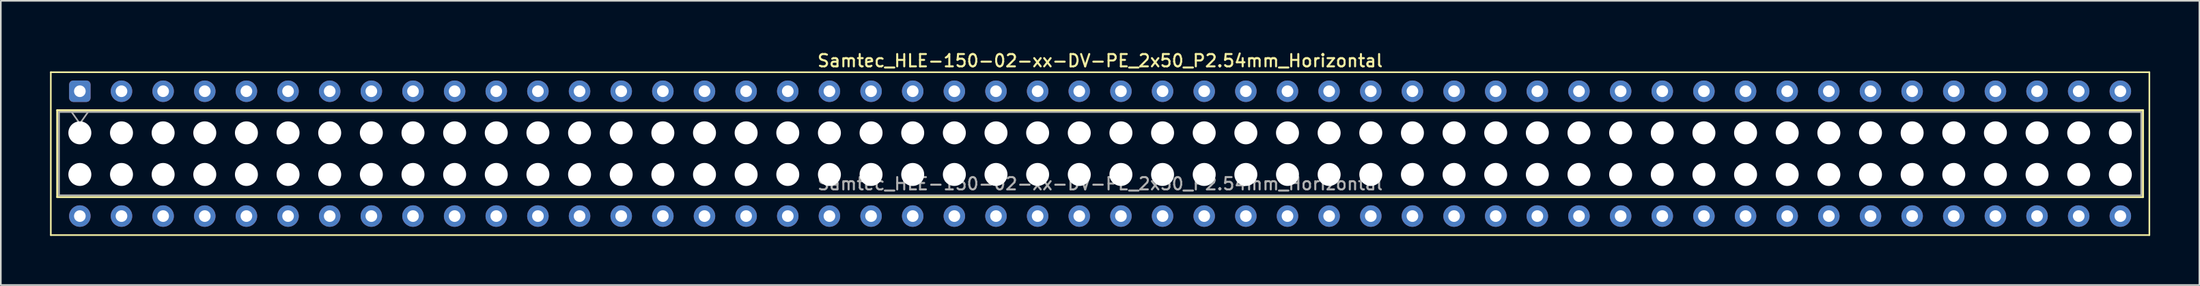
<source format=kicad_pcb>
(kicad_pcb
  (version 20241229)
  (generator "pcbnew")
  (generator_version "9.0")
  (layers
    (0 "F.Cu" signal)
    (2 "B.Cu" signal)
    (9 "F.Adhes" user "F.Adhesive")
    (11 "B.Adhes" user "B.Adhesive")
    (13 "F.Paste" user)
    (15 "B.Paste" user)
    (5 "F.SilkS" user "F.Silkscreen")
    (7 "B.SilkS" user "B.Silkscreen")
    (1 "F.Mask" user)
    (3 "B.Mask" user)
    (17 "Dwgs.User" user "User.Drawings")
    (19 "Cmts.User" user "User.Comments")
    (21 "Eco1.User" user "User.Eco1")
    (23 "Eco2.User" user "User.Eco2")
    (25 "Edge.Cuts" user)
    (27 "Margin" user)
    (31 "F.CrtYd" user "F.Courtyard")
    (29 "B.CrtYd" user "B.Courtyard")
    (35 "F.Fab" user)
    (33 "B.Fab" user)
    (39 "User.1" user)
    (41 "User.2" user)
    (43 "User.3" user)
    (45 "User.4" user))
  (footprint "Samtec_HLE-150-02-xx-DV-PE_2x50_P2.54mm_Horizontal"
    (layer "F.Cu")
    (at 1.82 2.518)
    (property "Reference" "Samtec_HLE-150-02-xx-DV-PE_2x50_P2.54mm_Horizontal" (at 62.23 -1.86 0) (layer "F.SilkS") (effects (font (size 0.75 0.75) (thickness 0.125))))
    (attr through_hole)
    (fp_line (start -1.77 -1.16) (end 126.23 -1.16) (stroke (width 0.1) (type solid)) (layer "F.SilkS"))
    (fp_line (start -1.77 8.78) (end -1.77 -1.16) (stroke (width 0.1) (type solid)) (layer "F.SilkS"))
    (fp_line (start -1.38 1.16) (end 125.84 1.16) (stroke (width 0.12) (type solid)) (layer "F.SilkS"))
    (fp_line (start -1.38 6.46) (end -1.38 1.16) (stroke (width 0.12) (type solid)) (layer "F.SilkS"))
    (fp_line (start 125.84 1.16) (end 125.84 6.46) (stroke (width 0.12) (type solid)) (layer "F.SilkS"))
    (fp_line (start 125.84 6.46) (end -1.38 6.46) (stroke (width 0.12) (type solid)) (layer "F.SilkS"))
    (fp_line (start 126.23 -1.16) (end 126.23 8.78) (stroke (width 0.1) (type solid)) (layer "F.SilkS"))
    (fp_line (start 126.23 8.78) (end -1.77 8.78) (stroke (width 0.1) (type solid)) (layer "F.SilkS"))
    (fp_line (start -1.27 1.27) (end 125.73 1.27) (stroke (width 0.1) (type solid)) (layer "F.Fab"))
    (fp_line (start -1.27 6.35) (end -1.27 1.27) (stroke (width 0.1) (type solid)) (layer "F.Fab"))
    (fp_line (start -0.5 1.27) (end 0 1.977) (stroke (width 0.1) (type solid)) (layer "F.Fab"))
    (fp_line (start 0 1.977) (end 0.5 1.27) (stroke (width 0.1) (type solid)) (layer "F.Fab"))
    (fp_line (start 125.73 1.27) (end 125.73 6.35) (stroke (width 0.1) (type solid)) (layer "F.Fab"))
    (fp_line (start 125.73 6.35) (end -1.27 6.35) (stroke (width 0.1) (type solid)) (layer "F.Fab"))
    (fp_text user "${REFERENCE}" (at 62.23 5.65 0) (layer "F.Fab") (effects (font (size 0.75 0.75) (thickness 0.125))))
    (pad "" np_thru_hole circle (at 0 2.54) (size 1.4 1.4) (drill 1.4) (layers "*.Cu" "*.Mask"))
    (pad "" np_thru_hole circle (at 0 5.08) (size 1.4 1.4) (drill 1.4) (layers "*.Cu" "*.Mask"))
    (pad "" np_thru_hole circle (at 2.54 2.54) (size 1.4 1.4) (drill 1.4) (layers "*.Cu" "*.Mask"))
    (pad "" np_thru_hole circle (at 2.54 5.08) (size 1.4 1.4) (drill 1.4) (layers "*.Cu" "*.Mask"))
    (pad "" np_thru_hole circle (at 5.08 2.54) (size 1.4 1.4) (drill 1.4) (layers "*.Cu" "*.Mask"))
    (pad "" np_thru_hole circle (at 5.08 5.08) (size 1.4 1.4) (drill 1.4) (layers "*.Cu" "*.Mask"))
    (pad "" np_thru_hole circle (at 7.62 2.54) (size 1.4 1.4) (drill 1.4) (layers "*.Cu" "*.Mask"))
    (pad "" np_thru_hole circle (at 7.62 5.08) (size 1.4 1.4) (drill 1.4) (layers "*.Cu" "*.Mask"))
    (pad "" np_thru_hole circle (at 10.16 2.54) (size 1.4 1.4) (drill 1.4) (layers "*.Cu" "*.Mask"))
    (pad "" np_thru_hole circle (at 10.16 5.08) (size 1.4 1.4) (drill 1.4) (layers "*.Cu" "*.Mask"))
    (pad "" np_thru_hole circle (at 12.7 2.54) (size 1.4 1.4) (drill 1.4) (layers "*.Cu" "*.Mask"))
    (pad "" np_thru_hole circle (at 12.7 5.08) (size 1.4 1.4) (drill 1.4) (layers "*.Cu" "*.Mask"))
    (pad "" np_thru_hole circle (at 15.24 2.54) (size 1.4 1.4) (drill 1.4) (layers "*.Cu" "*.Mask"))
    (pad "" np_thru_hole circle (at 15.24 5.08) (size 1.4 1.4) (drill 1.4) (layers "*.Cu" "*.Mask"))
    (pad "" np_thru_hole circle (at 17.78 2.54) (size 1.4 1.4) (drill 1.4) (layers "*.Cu" "*.Mask"))
    (pad "" np_thru_hole circle (at 17.78 5.08) (size 1.4 1.4) (drill 1.4) (layers "*.Cu" "*.Mask"))
    (pad "" np_thru_hole circle (at 20.32 2.54) (size 1.4 1.4) (drill 1.4) (layers "*.Cu" "*.Mask"))
    (pad "" np_thru_hole circle (at 20.32 5.08) (size 1.4 1.4) (drill 1.4) (layers "*.Cu" "*.Mask"))
    (pad "" np_thru_hole circle (at 22.86 2.54) (size 1.4 1.4) (drill 1.4) (layers "*.Cu" "*.Mask"))
    (pad "" np_thru_hole circle (at 22.86 5.08) (size 1.4 1.4) (drill 1.4) (layers "*.Cu" "*.Mask"))
    (pad "" np_thru_hole circle (at 25.4 2.54) (size 1.4 1.4) (drill 1.4) (layers "*.Cu" "*.Mask"))
    (pad "" np_thru_hole circle (at 25.4 5.08) (size 1.4 1.4) (drill 1.4) (layers "*.Cu" "*.Mask"))
    (pad "" np_thru_hole circle (at 27.94 2.54) (size 1.4 1.4) (drill 1.4) (layers "*.Cu" "*.Mask"))
    (pad "" np_thru_hole circle (at 27.94 5.08) (size 1.4 1.4) (drill 1.4) (layers "*.Cu" "*.Mask"))
    (pad "" np_thru_hole circle (at 30.48 2.54) (size 1.4 1.4) (drill 1.4) (layers "*.Cu" "*.Mask"))
    (pad "" np_thru_hole circle (at 30.48 5.08) (size 1.4 1.4) (drill 1.4) (layers "*.Cu" "*.Mask"))
    (pad "" np_thru_hole circle (at 33.02 2.54) (size 1.4 1.4) (drill 1.4) (layers "*.Cu" "*.Mask"))
    (pad "" np_thru_hole circle (at 33.02 5.08) (size 1.4 1.4) (drill 1.4) (layers "*.Cu" "*.Mask"))
    (pad "" np_thru_hole circle (at 35.56 2.54) (size 1.4 1.4) (drill 1.4) (layers "*.Cu" "*.Mask"))
    (pad "" np_thru_hole circle (at 35.56 5.08) (size 1.4 1.4) (drill 1.4) (layers "*.Cu" "*.Mask"))
    (pad "" np_thru_hole circle (at 38.1 2.54) (size 1.4 1.4) (drill 1.4) (layers "*.Cu" "*.Mask"))
    (pad "" np_thru_hole circle (at 38.1 5.08) (size 1.4 1.4) (drill 1.4) (layers "*.Cu" "*.Mask"))
    (pad "" np_thru_hole circle (at 40.64 2.54) (size 1.4 1.4) (drill 1.4) (layers "*.Cu" "*.Mask"))
    (pad "" np_thru_hole circle (at 40.64 5.08) (size 1.4 1.4) (drill 1.4) (layers "*.Cu" "*.Mask"))
    (pad "" np_thru_hole circle (at 43.18 2.54) (size 1.4 1.4) (drill 1.4) (layers "*.Cu" "*.Mask"))
    (pad "" np_thru_hole circle (at 43.18 5.08) (size 1.4 1.4) (drill 1.4) (layers "*.Cu" "*.Mask"))
    (pad "" np_thru_hole circle (at 45.72 2.54) (size 1.4 1.4) (drill 1.4) (layers "*.Cu" "*.Mask"))
    (pad "" np_thru_hole circle (at 45.72 5.08) (size 1.4 1.4) (drill 1.4) (layers "*.Cu" "*.Mask"))
    (pad "" np_thru_hole circle (at 48.26 2.54) (size 1.4 1.4) (drill 1.4) (layers "*.Cu" "*.Mask"))
    (pad "" np_thru_hole circle (at 48.26 5.08) (size 1.4 1.4) (drill 1.4) (layers "*.Cu" "*.Mask"))
    (pad "" np_thru_hole circle (at 50.8 2.54) (size 1.4 1.4) (drill 1.4) (layers "*.Cu" "*.Mask"))
    (pad "" np_thru_hole circle (at 50.8 5.08) (size 1.4 1.4) (drill 1.4) (layers "*.Cu" "*.Mask"))
    (pad "" np_thru_hole circle (at 53.34 2.54) (size 1.4 1.4) (drill 1.4) (layers "*.Cu" "*.Mask"))
    (pad "" np_thru_hole circle (at 53.34 5.08) (size 1.4 1.4) (drill 1.4) (layers "*.Cu" "*.Mask"))
    (pad "" np_thru_hole circle (at 55.88 2.54) (size 1.4 1.4) (drill 1.4) (layers "*.Cu" "*.Mask"))
    (pad "" np_thru_hole circle (at 55.88 5.08) (size 1.4 1.4) (drill 1.4) (layers "*.Cu" "*.Mask"))
    (pad "" np_thru_hole circle (at 58.42 2.54) (size 1.4 1.4) (drill 1.4) (layers "*.Cu" "*.Mask"))
    (pad "" np_thru_hole circle (at 58.42 5.08) (size 1.4 1.4) (drill 1.4) (layers "*.Cu" "*.Mask"))
    (pad "" np_thru_hole circle (at 60.96 2.54) (size 1.4 1.4) (drill 1.4) (layers "*.Cu" "*.Mask"))
    (pad "" np_thru_hole circle (at 60.96 5.08) (size 1.4 1.4) (drill 1.4) (layers "*.Cu" "*.Mask"))
    (pad "" np_thru_hole circle (at 63.5 2.54) (size 1.4 1.4) (drill 1.4) (layers "*.Cu" "*.Mask"))
    (pad "" np_thru_hole circle (at 63.5 5.08) (size 1.4 1.4) (drill 1.4) (layers "*.Cu" "*.Mask"))
    (pad "" np_thru_hole circle (at 66.04 2.54) (size 1.4 1.4) (drill 1.4) (layers "*.Cu" "*.Mask"))
    (pad "" np_thru_hole circle (at 66.04 5.08) (size 1.4 1.4) (drill 1.4) (layers "*.Cu" "*.Mask"))
    (pad "" np_thru_hole circle (at 68.58 2.54) (size 1.4 1.4) (drill 1.4) (layers "*.Cu" "*.Mask"))
    (pad "" np_thru_hole circle (at 68.58 5.08) (size 1.4 1.4) (drill 1.4) (layers "*.Cu" "*.Mask"))
    (pad "" np_thru_hole circle (at 71.12 2.54) (size 1.4 1.4) (drill 1.4) (layers "*.Cu" "*.Mask"))
    (pad "" np_thru_hole circle (at 71.12 5.08) (size 1.4 1.4) (drill 1.4) (layers "*.Cu" "*.Mask"))
    (pad "" np_thru_hole circle (at 73.66 2.54) (size 1.4 1.4) (drill 1.4) (layers "*.Cu" "*.Mask"))
    (pad "" np_thru_hole circle (at 73.66 5.08) (size 1.4 1.4) (drill 1.4) (layers "*.Cu" "*.Mask"))
    (pad "" np_thru_hole circle (at 76.2 2.54) (size 1.4 1.4) (drill 1.4) (layers "*.Cu" "*.Mask"))
    (pad "" np_thru_hole circle (at 76.2 5.08) (size 1.4 1.4) (drill 1.4) (layers "*.Cu" "*.Mask"))
    (pad "" np_thru_hole circle (at 78.74 2.54) (size 1.4 1.4) (drill 1.4) (layers "*.Cu" "*.Mask"))
    (pad "" np_thru_hole circle (at 78.74 5.08) (size 1.4 1.4) (drill 1.4) (layers "*.Cu" "*.Mask"))
    (pad "" np_thru_hole circle (at 81.28 2.54) (size 1.4 1.4) (drill 1.4) (layers "*.Cu" "*.Mask"))
    (pad "" np_thru_hole circle (at 81.28 5.08) (size 1.4 1.4) (drill 1.4) (layers "*.Cu" "*.Mask"))
    (pad "" np_thru_hole circle (at 83.82 2.54) (size 1.4 1.4) (drill 1.4) (layers "*.Cu" "*.Mask"))
    (pad "" np_thru_hole circle (at 83.82 5.08) (size 1.4 1.4) (drill 1.4) (layers "*.Cu" "*.Mask"))
    (pad "" np_thru_hole circle (at 86.36 2.54) (size 1.4 1.4) (drill 1.4) (layers "*.Cu" "*.Mask"))
    (pad "" np_thru_hole circle (at 86.36 5.08) (size 1.4 1.4) (drill 1.4) (layers "*.Cu" "*.Mask"))
    (pad "" np_thru_hole circle (at 88.9 2.54) (size 1.4 1.4) (drill 1.4) (layers "*.Cu" "*.Mask"))
    (pad "" np_thru_hole circle (at 88.9 5.08) (size 1.4 1.4) (drill 1.4) (layers "*.Cu" "*.Mask"))
    (pad "" np_thru_hole circle (at 91.44 2.54) (size 1.4 1.4) (drill 1.4) (layers "*.Cu" "*.Mask"))
    (pad "" np_thru_hole circle (at 91.44 5.08) (size 1.4 1.4) (drill 1.4) (layers "*.Cu" "*.Mask"))
    (pad "" np_thru_hole circle (at 93.98 2.54) (size 1.4 1.4) (drill 1.4) (layers "*.Cu" "*.Mask"))
    (pad "" np_thru_hole circle (at 93.98 5.08) (size 1.4 1.4) (drill 1.4) (layers "*.Cu" "*.Mask"))
    (pad "" np_thru_hole circle (at 96.52 2.54) (size 1.4 1.4) (drill 1.4) (layers "*.Cu" "*.Mask"))
    (pad "" np_thru_hole circle (at 96.52 5.08) (size 1.4 1.4) (drill 1.4) (layers "*.Cu" "*.Mask"))
    (pad "" np_thru_hole circle (at 99.06 2.54) (size 1.4 1.4) (drill 1.4) (layers "*.Cu" "*.Mask"))
    (pad "" np_thru_hole circle (at 99.06 5.08) (size 1.4 1.4) (drill 1.4) (layers "*.Cu" "*.Mask"))
    (pad "" np_thru_hole circle (at 101.6 2.54) (size 1.4 1.4) (drill 1.4) (layers "*.Cu" "*.Mask"))
    (pad "" np_thru_hole circle (at 101.6 5.08) (size 1.4 1.4) (drill 1.4) (layers "*.Cu" "*.Mask"))
    (pad "" np_thru_hole circle (at 104.14 2.54) (size 1.4 1.4) (drill 1.4) (layers "*.Cu" "*.Mask"))
    (pad "" np_thru_hole circle (at 104.14 5.08) (size 1.4 1.4) (drill 1.4) (layers "*.Cu" "*.Mask"))
    (pad "" np_thru_hole circle (at 106.68 2.54) (size 1.4 1.4) (drill 1.4) (layers "*.Cu" "*.Mask"))
    (pad "" np_thru_hole circle (at 106.68 5.08) (size 1.4 1.4) (drill 1.4) (layers "*.Cu" "*.Mask"))
    (pad "" np_thru_hole circle (at 109.22 2.54) (size 1.4 1.4) (drill 1.4) (layers "*.Cu" "*.Mask"))
    (pad "" np_thru_hole circle (at 109.22 5.08) (size 1.4 1.4) (drill 1.4) (layers "*.Cu" "*.Mask"))
    (pad "" np_thru_hole circle (at 111.76 2.54) (size 1.4 1.4) (drill 1.4) (layers "*.Cu" "*.Mask"))
    (pad "" np_thru_hole circle (at 111.76 5.08) (size 1.4 1.4) (drill 1.4) (layers "*.Cu" "*.Mask"))
    (pad "" np_thru_hole circle (at 114.3 2.54) (size 1.4 1.4) (drill 1.4) (layers "*.Cu" "*.Mask"))
    (pad "" np_thru_hole circle (at 114.3 5.08) (size 1.4 1.4) (drill 1.4) (layers "*.Cu" "*.Mask"))
    (pad "" np_thru_hole circle (at 116.84 2.54) (size 1.4 1.4) (drill 1.4) (layers "*.Cu" "*.Mask"))
    (pad "" np_thru_hole circle (at 116.84 5.08) (size 1.4 1.4) (drill 1.4) (layers "*.Cu" "*.Mask"))
    (pad "" np_thru_hole circle (at 119.38 2.54) (size 1.4 1.4) (drill 1.4) (layers "*.Cu" "*.Mask"))
    (pad "" np_thru_hole circle (at 119.38 5.08) (size 1.4 1.4) (drill 1.4) (layers "*.Cu" "*.Mask"))
    (pad "" np_thru_hole circle (at 121.92 2.54) (size 1.4 1.4) (drill 1.4) (layers "*.Cu" "*.Mask"))
    (pad "" np_thru_hole circle (at 121.92 5.08) (size 1.4 1.4) (drill 1.4) (layers "*.Cu" "*.Mask"))
    (pad "" np_thru_hole circle (at 124.46 2.54) (size 1.4 1.4) (drill 1.4) (layers "*.Cu" "*.Mask"))
    (pad "" np_thru_hole circle (at 124.46 5.08) (size 1.4 1.4) (drill 1.4) (layers "*.Cu" "*.Mask"))
    (pad "1" thru_hole roundrect (at 0 0) (size 1.31 1.31) (drill 0.71) (layers "*.Cu" "*.Mask") (roundrect_rratio 0.191))
    (pad "2" thru_hole circle (at 0 7.62) (size 1.31 1.31) (drill 0.71) (layers "*.Cu" "*.Mask"))
    (pad "3" thru_hole circle (at 2.54 0) (size 1.31 1.31) (drill 0.71) (layers "*.Cu" "*.Mask"))
    (pad "4" thru_hole circle (at 2.54 7.62) (size 1.31 1.31) (drill 0.71) (layers "*.Cu" "*.Mask"))
    (pad "5" thru_hole circle (at 5.08 0) (size 1.31 1.31) (drill 0.71) (layers "*.Cu" "*.Mask"))
    (pad "6" thru_hole circle (at 5.08 7.62) (size 1.31 1.31) (drill 0.71) (layers "*.Cu" "*.Mask"))
    (pad "7" thru_hole circle (at 7.62 0) (size 1.31 1.31) (drill 0.71) (layers "*.Cu" "*.Mask"))
    (pad "8" thru_hole circle (at 7.62 7.62) (size 1.31 1.31) (drill 0.71) (layers "*.Cu" "*.Mask"))
    (pad "9" thru_hole circle (at 10.16 0) (size 1.31 1.31) (drill 0.71) (layers "*.Cu" "*.Mask"))
    (pad "10" thru_hole circle (at 10.16 7.62) (size 1.31 1.31) (drill 0.71) (layers "*.Cu" "*.Mask"))
    (pad "11" thru_hole circle (at 12.7 0) (size 1.31 1.31) (drill 0.71) (layers "*.Cu" "*.Mask"))
    (pad "12" thru_hole circle (at 12.7 7.62) (size 1.31 1.31) (drill 0.71) (layers "*.Cu" "*.Mask"))
    (pad "13" thru_hole circle (at 15.24 0) (size 1.31 1.31) (drill 0.71) (layers "*.Cu" "*.Mask"))
    (pad "14" thru_hole circle (at 15.24 7.62) (size 1.31 1.31) (drill 0.71) (layers "*.Cu" "*.Mask"))
    (pad "15" thru_hole circle (at 17.78 0) (size 1.31 1.31) (drill 0.71) (layers "*.Cu" "*.Mask"))
    (pad "16" thru_hole circle (at 17.78 7.62) (size 1.31 1.31) (drill 0.71) (layers "*.Cu" "*.Mask"))
    (pad "17" thru_hole circle (at 20.32 0) (size 1.31 1.31) (drill 0.71) (layers "*.Cu" "*.Mask"))
    (pad "18" thru_hole circle (at 20.32 7.62) (size 1.31 1.31) (drill 0.71) (layers "*.Cu" "*.Mask"))
    (pad "19" thru_hole circle (at 22.86 0) (size 1.31 1.31) (drill 0.71) (layers "*.Cu" "*.Mask"))
    (pad "20" thru_hole circle (at 22.86 7.62) (size 1.31 1.31) (drill 0.71) (layers "*.Cu" "*.Mask"))
    (pad "21" thru_hole circle (at 25.4 0) (size 1.31 1.31) (drill 0.71) (layers "*.Cu" "*.Mask"))
    (pad "22" thru_hole circle (at 25.4 7.62) (size 1.31 1.31) (drill 0.71) (layers "*.Cu" "*.Mask"))
    (pad "23" thru_hole circle (at 27.94 0) (size 1.31 1.31) (drill 0.71) (layers "*.Cu" "*.Mask"))
    (pad "24" thru_hole circle (at 27.94 7.62) (size 1.31 1.31) (drill 0.71) (layers "*.Cu" "*.Mask"))
    (pad "25" thru_hole circle (at 30.48 0) (size 1.31 1.31) (drill 0.71) (layers "*.Cu" "*.Mask"))
    (pad "26" thru_hole circle (at 30.48 7.62) (size 1.31 1.31) (drill 0.71) (layers "*.Cu" "*.Mask"))
    (pad "27" thru_hole circle (at 33.02 0) (size 1.31 1.31) (drill 0.71) (layers "*.Cu" "*.Mask"))
    (pad "28" thru_hole circle (at 33.02 7.62) (size 1.31 1.31) (drill 0.71) (layers "*.Cu" "*.Mask"))
    (pad "29" thru_hole circle (at 35.56 0) (size 1.31 1.31) (drill 0.71) (layers "*.Cu" "*.Mask"))
    (pad "30" thru_hole circle (at 35.56 7.62) (size 1.31 1.31) (drill 0.71) (layers "*.Cu" "*.Mask"))
    (pad "31" thru_hole circle (at 38.1 0) (size 1.31 1.31) (drill 0.71) (layers "*.Cu" "*.Mask"))
    (pad "32" thru_hole circle (at 38.1 7.62) (size 1.31 1.31) (drill 0.71) (layers "*.Cu" "*.Mask"))
    (pad "33" thru_hole circle (at 40.64 0) (size 1.31 1.31) (drill 0.71) (layers "*.Cu" "*.Mask"))
    (pad "34" thru_hole circle (at 40.64 7.62) (size 1.31 1.31) (drill 0.71) (layers "*.Cu" "*.Mask"))
    (pad "35" thru_hole circle (at 43.18 0) (size 1.31 1.31) (drill 0.71) (layers "*.Cu" "*.Mask"))
    (pad "36" thru_hole circle (at 43.18 7.62) (size 1.31 1.31) (drill 0.71) (layers "*.Cu" "*.Mask"))
    (pad "37" thru_hole circle (at 45.72 0) (size 1.31 1.31) (drill 0.71) (layers "*.Cu" "*.Mask"))
    (pad "38" thru_hole circle (at 45.72 7.62) (size 1.31 1.31) (drill 0.71) (layers "*.Cu" "*.Mask"))
    (pad "39" thru_hole circle (at 48.26 0) (size 1.31 1.31) (drill 0.71) (layers "*.Cu" "*.Mask"))
    (pad "40" thru_hole circle (at 48.26 7.62) (size 1.31 1.31) (drill 0.71) (layers "*.Cu" "*.Mask"))
    (pad "41" thru_hole circle (at 50.8 0) (size 1.31 1.31) (drill 0.71) (layers "*.Cu" "*.Mask"))
    (pad "42" thru_hole circle (at 50.8 7.62) (size 1.31 1.31) (drill 0.71) (layers "*.Cu" "*.Mask"))
    (pad "43" thru_hole circle (at 53.34 0) (size 1.31 1.31) (drill 0.71) (layers "*.Cu" "*.Mask"))
    (pad "44" thru_hole circle (at 53.34 7.62) (size 1.31 1.31) (drill 0.71) (layers "*.Cu" "*.Mask"))
    (pad "45" thru_hole circle (at 55.88 0) (size 1.31 1.31) (drill 0.71) (layers "*.Cu" "*.Mask"))
    (pad "46" thru_hole circle (at 55.88 7.62) (size 1.31 1.31) (drill 0.71) (layers "*.Cu" "*.Mask"))
    (pad "47" thru_hole circle (at 58.42 0) (size 1.31 1.31) (drill 0.71) (layers "*.Cu" "*.Mask"))
    (pad "48" thru_hole circle (at 58.42 7.62) (size 1.31 1.31) (drill 0.71) (layers "*.Cu" "*.Mask"))
    (pad "49" thru_hole circle (at 60.96 0) (size 1.31 1.31) (drill 0.71) (layers "*.Cu" "*.Mask"))
    (pad "50" thru_hole circle (at 60.96 7.62) (size 1.31 1.31) (drill 0.71) (layers "*.Cu" "*.Mask"))
    (pad "51" thru_hole circle (at 63.5 0) (size 1.31 1.31) (drill 0.71) (layers "*.Cu" "*.Mask"))
    (pad "52" thru_hole circle (at 63.5 7.62) (size 1.31 1.31) (drill 0.71) (layers "*.Cu" "*.Mask"))
    (pad "53" thru_hole circle (at 66.04 0) (size 1.31 1.31) (drill 0.71) (layers "*.Cu" "*.Mask"))
    (pad "54" thru_hole circle (at 66.04 7.62) (size 1.31 1.31) (drill 0.71) (layers "*.Cu" "*.Mask"))
    (pad "55" thru_hole circle (at 68.58 0) (size 1.31 1.31) (drill 0.71) (layers "*.Cu" "*.Mask"))
    (pad "56" thru_hole circle (at 68.58 7.62) (size 1.31 1.31) (drill 0.71) (layers "*.Cu" "*.Mask"))
    (pad "57" thru_hole circle (at 71.12 0) (size 1.31 1.31) (drill 0.71) (layers "*.Cu" "*.Mask"))
    (pad "58" thru_hole circle (at 71.12 7.62) (size 1.31 1.31) (drill 0.71) (layers "*.Cu" "*.Mask"))
    (pad "59" thru_hole circle (at 73.66 0) (size 1.31 1.31) (drill 0.71) (layers "*.Cu" "*.Mask"))
    (pad "60" thru_hole circle (at 73.66 7.62) (size 1.31 1.31) (drill 0.71) (layers "*.Cu" "*.Mask"))
    (pad "61" thru_hole circle (at 76.2 0) (size 1.31 1.31) (drill 0.71) (layers "*.Cu" "*.Mask"))
    (pad "62" thru_hole circle (at 76.2 7.62) (size 1.31 1.31) (drill 0.71) (layers "*.Cu" "*.Mask"))
    (pad "63" thru_hole circle (at 78.74 0) (size 1.31 1.31) (drill 0.71) (layers "*.Cu" "*.Mask"))
    (pad "64" thru_hole circle (at 78.74 7.62) (size 1.31 1.31) (drill 0.71) (layers "*.Cu" "*.Mask"))
    (pad "65" thru_hole circle (at 81.28 0) (size 1.31 1.31) (drill 0.71) (layers "*.Cu" "*.Mask"))
    (pad "66" thru_hole circle (at 81.28 7.62) (size 1.31 1.31) (drill 0.71) (layers "*.Cu" "*.Mask"))
    (pad "67" thru_hole circle (at 83.82 0) (size 1.31 1.31) (drill 0.71) (layers "*.Cu" "*.Mask"))
    (pad "68" thru_hole circle (at 83.82 7.62) (size 1.31 1.31) (drill 0.71) (layers "*.Cu" "*.Mask"))
    (pad "69" thru_hole circle (at 86.36 0) (size 1.31 1.31) (drill 0.71) (layers "*.Cu" "*.Mask"))
    (pad "70" thru_hole circle (at 86.36 7.62) (size 1.31 1.31) (drill 0.71) (layers "*.Cu" "*.Mask"))
    (pad "71" thru_hole circle (at 88.9 0) (size 1.31 1.31) (drill 0.71) (layers "*.Cu" "*.Mask"))
    (pad "72" thru_hole circle (at 88.9 7.62) (size 1.31 1.31) (drill 0.71) (layers "*.Cu" "*.Mask"))
    (pad "73" thru_hole circle (at 91.44 0) (size 1.31 1.31) (drill 0.71) (layers "*.Cu" "*.Mask"))
    (pad "74" thru_hole circle (at 91.44 7.62) (size 1.31 1.31) (drill 0.71) (layers "*.Cu" "*.Mask"))
    (pad "75" thru_hole circle (at 93.98 0) (size 1.31 1.31) (drill 0.71) (layers "*.Cu" "*.Mask"))
    (pad "76" thru_hole circle (at 93.98 7.62) (size 1.31 1.31) (drill 0.71) (layers "*.Cu" "*.Mask"))
    (pad "77" thru_hole circle (at 96.52 0) (size 1.31 1.31) (drill 0.71) (layers "*.Cu" "*.Mask"))
    (pad "78" thru_hole circle (at 96.52 7.62) (size 1.31 1.31) (drill 0.71) (layers "*.Cu" "*.Mask"))
    (pad "79" thru_hole circle (at 99.06 0) (size 1.31 1.31) (drill 0.71) (layers "*.Cu" "*.Mask"))
    (pad "80" thru_hole circle (at 99.06 7.62) (size 1.31 1.31) (drill 0.71) (layers "*.Cu" "*.Mask"))
    (pad "81" thru_hole circle (at 101.6 0) (size 1.31 1.31) (drill 0.71) (layers "*.Cu" "*.Mask"))
    (pad "82" thru_hole circle (at 101.6 7.62) (size 1.31 1.31) (drill 0.71) (layers "*.Cu" "*.Mask"))
    (pad "83" thru_hole circle (at 104.14 0) (size 1.31 1.31) (drill 0.71) (layers "*.Cu" "*.Mask"))
    (pad "84" thru_hole circle (at 104.14 7.62) (size 1.31 1.31) (drill 0.71) (layers "*.Cu" "*.Mask"))
    (pad "85" thru_hole circle (at 106.68 0) (size 1.31 1.31) (drill 0.71) (layers "*.Cu" "*.Mask"))
    (pad "86" thru_hole circle (at 106.68 7.62) (size 1.31 1.31) (drill 0.71) (layers "*.Cu" "*.Mask"))
    (pad "87" thru_hole circle (at 109.22 0) (size 1.31 1.31) (drill 0.71) (layers "*.Cu" "*.Mask"))
    (pad "88" thru_hole circle (at 109.22 7.62) (size 1.31 1.31) (drill 0.71) (layers "*.Cu" "*.Mask"))
    (pad "89" thru_hole circle (at 111.76 0) (size 1.31 1.31) (drill 0.71) (layers "*.Cu" "*.Mask"))
    (pad "90" thru_hole circle (at 111.76 7.62) (size 1.31 1.31) (drill 0.71) (layers "*.Cu" "*.Mask"))
    (pad "91" thru_hole circle (at 114.3 0) (size 1.31 1.31) (drill 0.71) (layers "*.Cu" "*.Mask"))
    (pad "92" thru_hole circle (at 114.3 7.62) (size 1.31 1.31) (drill 0.71) (layers "*.Cu" "*.Mask"))
    (pad "93" thru_hole circle (at 116.84 0) (size 1.31 1.31) (drill 0.71) (layers "*.Cu" "*.Mask"))
    (pad "94" thru_hole circle (at 116.84 7.62) (size 1.31 1.31) (drill 0.71) (layers "*.Cu" "*.Mask"))
    (pad "95" thru_hole circle (at 119.38 0) (size 1.31 1.31) (drill 0.71) (layers "*.Cu" "*.Mask"))
    (pad "96" thru_hole circle (at 119.38 7.62) (size 1.31 1.31) (drill 0.71) (layers "*.Cu" "*.Mask"))
    (pad "97" thru_hole circle (at 121.92 0) (size 1.31 1.31) (drill 0.71) (layers "*.Cu" "*.Mask"))
    (pad "98" thru_hole circle (at 121.92 7.62) (size 1.31 1.31) (drill 0.71) (layers "*.Cu" "*.Mask"))
    (pad "99" thru_hole circle (at 124.46 0) (size 1.31 1.31) (drill 0.71) (layers "*.Cu" "*.Mask"))
    (pad "100" thru_hole circle (at 124.46 7.62) (size 1.31 1.31) (drill 0.71) (layers "*.Cu" "*.Mask")))
  (gr_rect
    (start -3 -3)
    (end 131.1 14.348)
    (stroke (width 0.1) (type default))
    (fill no)
    (layer "Edge.Cuts")))
</source>
